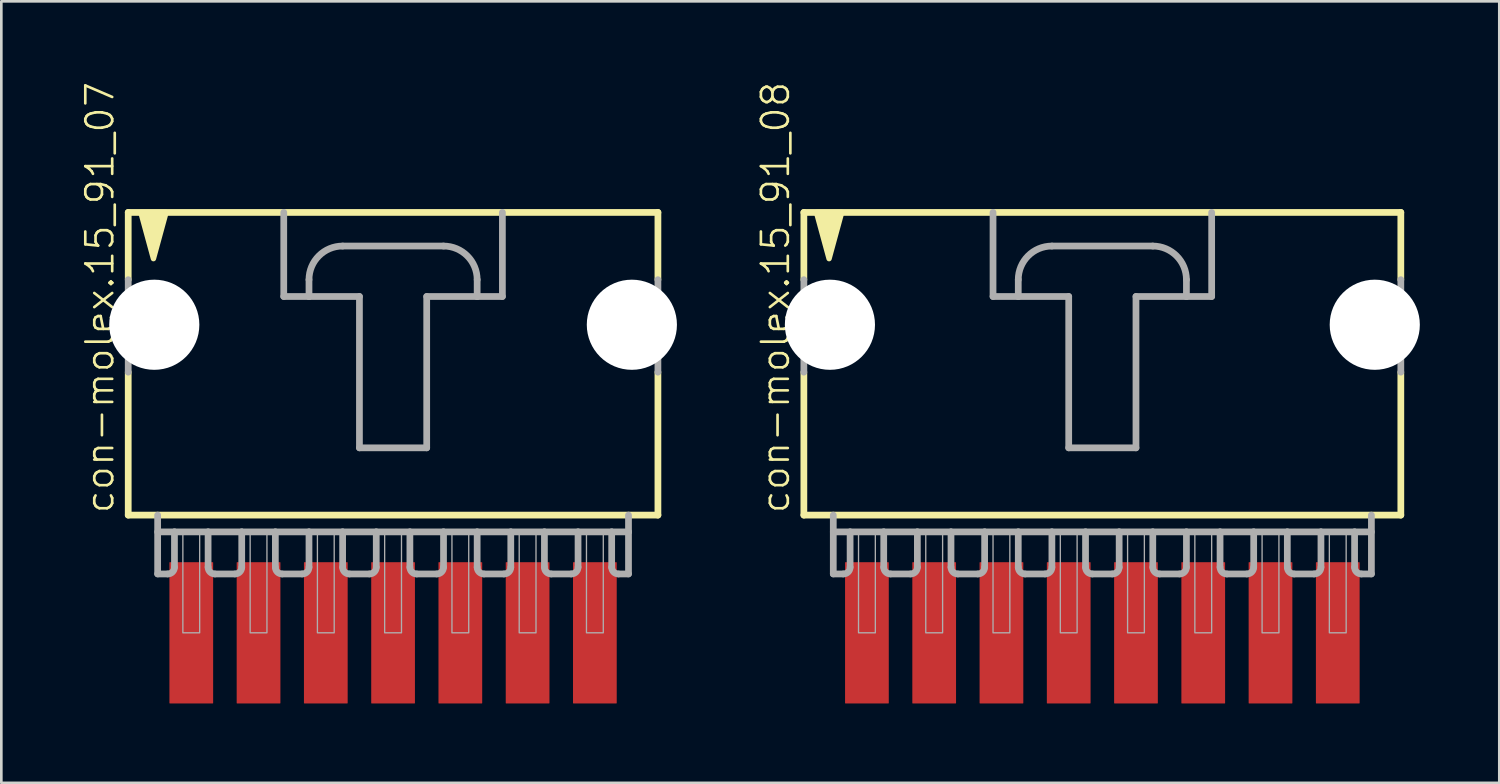
<source format=kicad_pcb>
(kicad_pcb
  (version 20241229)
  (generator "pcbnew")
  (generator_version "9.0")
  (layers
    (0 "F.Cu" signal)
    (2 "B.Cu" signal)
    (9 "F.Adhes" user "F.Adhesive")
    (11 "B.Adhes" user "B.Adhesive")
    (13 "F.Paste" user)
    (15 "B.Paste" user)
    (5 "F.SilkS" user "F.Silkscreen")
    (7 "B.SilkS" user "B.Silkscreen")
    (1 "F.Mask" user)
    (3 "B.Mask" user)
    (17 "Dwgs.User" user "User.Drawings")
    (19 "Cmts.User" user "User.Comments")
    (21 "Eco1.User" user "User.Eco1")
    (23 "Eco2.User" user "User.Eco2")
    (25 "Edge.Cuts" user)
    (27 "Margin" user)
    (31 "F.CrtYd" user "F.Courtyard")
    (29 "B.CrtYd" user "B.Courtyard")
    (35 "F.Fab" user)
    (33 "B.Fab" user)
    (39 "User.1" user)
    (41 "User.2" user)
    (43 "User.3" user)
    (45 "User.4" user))
  (footprint "con-molex.15_91_07"
    (layer "F.Cu")
    (at 11.793 10.051)
    (property "Reference" "con-molex.15_91_07" (at -10.477 6.35 90) (layer "F.SilkS") (effects (font (size 1.016 1.016) (thickness 0.1)) (justify left bottom)))
    (attr smd)
    (fp_line (start -10.001 -5.08) (end -10.001 -2.54) (stroke (width 0.254) (type default)) (layer "F.SilkS"))
    (fp_line (start -10.001 0.953) (end -10.001 6.35) (stroke (width 0.254) (type default)) (layer "F.SilkS"))
    (fp_line (start -10.001 6.35) (end 10.001 6.35) (stroke (width 0.254) (type default)) (layer "F.SilkS"))
    (fp_line (start 10.001 -5.08) (end -10.001 -5.08) (stroke (width 0.254) (type default)) (layer "F.SilkS"))
    (fp_line (start 10.001 -2.54) (end 10.001 -5.08) (stroke (width 0.254) (type default)) (layer "F.SilkS"))
    (fp_line (start 10.001 6.35) (end 10.001 0.953) (stroke (width 0.254) (type default)) (layer "F.SilkS"))
    (fp_poly (pts (xy -9.525 -5.08) (xy -9.049 -3.334) (xy -8.572 -5.08)) (stroke (width 0.203) (type default)) (fill yes) (layer "F.SilkS"))
    (fp_line (start -10.001 -2.54) (end -10.001 0.953) (stroke (width 0.254) (type default)) (layer "F.Fab"))
    (fp_line (start -8.89 6.35) (end -8.89 8.572) (stroke (width 0.254) (type default)) (layer "F.Fab"))
    (fp_line (start -8.89 6.985) (end -8.255 6.985) (stroke (width 0.254) (type default)) (layer "F.Fab"))
    (fp_line (start -8.509 8.572) (end -8.89 8.572) (stroke (width 0.254) (type default)) (layer "F.Fab"))
    (fp_line (start -8.255 6.985) (end -8.255 8.319) (stroke (width 0.254) (type default)) (layer "F.Fab"))
    (fp_line (start -8.255 6.985) (end -6.985 6.985) (stroke (width 0.254) (type default)) (layer "F.Fab"))
    (fp_line (start -6.985 6.985) (end -6.985 8.319) (stroke (width 0.254) (type default)) (layer "F.Fab"))
    (fp_line (start -6.985 6.985) (end -5.715 6.985) (stroke (width 0.254) (type default)) (layer "F.Fab"))
    (fp_line (start -5.969 8.572) (end -6.731 8.572) (stroke (width 0.254) (type default)) (layer "F.Fab"))
    (fp_line (start -5.715 6.985) (end -5.715 8.319) (stroke (width 0.254) (type default)) (layer "F.Fab"))
    (fp_line (start -5.715 6.985) (end -4.445 6.985) (stroke (width 0.254) (type default)) (layer "F.Fab"))
    (fp_line (start -4.445 6.985) (end -4.445 8.319) (stroke (width 0.254) (type default)) (layer "F.Fab"))
    (fp_line (start -4.445 6.985) (end -3.175 6.985) (stroke (width 0.254) (type default)) (layer "F.Fab"))
    (fp_line (start -4.128 -5.08) (end -4.128 -1.905) (stroke (width 0.254) (type default)) (layer "F.Fab"))
    (fp_line (start -4.128 -1.905) (end -3.175 -1.905) (stroke (width 0.254) (type default)) (layer "F.Fab"))
    (fp_line (start -3.429 8.572) (end -4.191 8.572) (stroke (width 0.254) (type default)) (layer "F.Fab"))
    (fp_line (start -3.175 -1.905) (end -3.175 -2.54) (stroke (width 0.254) (type default)) (layer "F.Fab"))
    (fp_line (start -3.175 -1.905) (end -1.27 -1.905) (stroke (width 0.254) (type default)) (layer "F.Fab"))
    (fp_line (start -3.175 6.985) (end -3.175 8.319) (stroke (width 0.254) (type default)) (layer "F.Fab"))
    (fp_line (start -3.175 6.985) (end -1.905 6.985) (stroke (width 0.254) (type default)) (layer "F.Fab"))
    (fp_line (start -1.905 -3.81) (end 1.905 -3.81) (stroke (width 0.254) (type default)) (layer "F.Fab"))
    (fp_line (start -1.905 6.985) (end -1.905 8.319) (stroke (width 0.254) (type default)) (layer "F.Fab"))
    (fp_line (start -1.905 6.985) (end -0.635 6.985) (stroke (width 0.254) (type default)) (layer "F.Fab"))
    (fp_line (start -1.27 -1.905) (end -1.27 3.81) (stroke (width 0.254) (type default)) (layer "F.Fab"))
    (fp_line (start -1.27 3.81) (end 1.27 3.81) (stroke (width 0.254) (type default)) (layer "F.Fab"))
    (fp_line (start -0.889 8.572) (end -1.651 8.572) (stroke (width 0.254) (type default)) (layer "F.Fab"))
    (fp_line (start -0.635 6.985) (end -0.635 8.319) (stroke (width 0.254) (type default)) (layer "F.Fab"))
    (fp_line (start -0.635 6.985) (end 0.635 6.985) (stroke (width 0.254) (type default)) (layer "F.Fab"))
    (fp_line (start 0.635 6.985) (end 0.635 8.319) (stroke (width 0.254) (type default)) (layer "F.Fab"))
    (fp_line (start 0.635 6.985) (end 1.905 6.985) (stroke (width 0.254) (type default)) (layer "F.Fab"))
    (fp_line (start 1.27 -1.905) (end 3.175 -1.905) (stroke (width 0.254) (type default)) (layer "F.Fab"))
    (fp_line (start 1.27 3.81) (end 1.27 -1.905) (stroke (width 0.254) (type default)) (layer "F.Fab"))
    (fp_line (start 1.651 8.572) (end 0.889 8.572) (stroke (width 0.254) (type default)) (layer "F.Fab"))
    (fp_line (start 1.905 6.985) (end 1.905 8.319) (stroke (width 0.254) (type default)) (layer "F.Fab"))
    (fp_line (start 1.905 6.985) (end 3.175 6.985) (stroke (width 0.254) (type default)) (layer "F.Fab"))
    (fp_line (start 3.175 -2.54) (end 3.175 -1.905) (stroke (width 0.254) (type default)) (layer "F.Fab"))
    (fp_line (start 3.175 -1.905) (end 4.128 -1.905) (stroke (width 0.254) (type default)) (layer "F.Fab"))
    (fp_line (start 3.175 6.985) (end 3.175 8.319) (stroke (width 0.254) (type default)) (layer "F.Fab"))
    (fp_line (start 3.175 6.985) (end 4.445 6.985) (stroke (width 0.254) (type default)) (layer "F.Fab"))
    (fp_line (start 4.128 -1.905) (end 4.128 -5.08) (stroke (width 0.254) (type default)) (layer "F.Fab"))
    (fp_line (start 4.191 8.572) (end 3.429 8.572) (stroke (width 0.254) (type default)) (layer "F.Fab"))
    (fp_line (start 4.445 6.985) (end 4.445 8.319) (stroke (width 0.254) (type default)) (layer "F.Fab"))
    (fp_line (start 4.445 6.985) (end 5.715 6.985) (stroke (width 0.254) (type default)) (layer "F.Fab"))
    (fp_line (start 5.715 6.985) (end 5.715 8.319) (stroke (width 0.254) (type default)) (layer "F.Fab"))
    (fp_line (start 5.715 6.985) (end 6.985 6.985) (stroke (width 0.254) (type default)) (layer "F.Fab"))
    (fp_line (start 6.731 8.572) (end 5.969 8.572) (stroke (width 0.254) (type default)) (layer "F.Fab"))
    (fp_line (start 6.985 6.985) (end 6.985 8.319) (stroke (width 0.254) (type default)) (layer "F.Fab"))
    (fp_line (start 6.985 6.985) (end 8.255 6.985) (stroke (width 0.254) (type default)) (layer "F.Fab"))
    (fp_line (start 8.255 6.985) (end 8.255 8.319) (stroke (width 0.254) (type default)) (layer "F.Fab"))
    (fp_line (start 8.255 6.985) (end 8.89 6.985) (stroke (width 0.254) (type default)) (layer "F.Fab"))
    (fp_line (start 8.509 8.572) (end 8.89 8.572) (stroke (width 0.254) (type default)) (layer "F.Fab"))
    (fp_line (start 8.89 6.985) (end 8.89 6.35) (stroke (width 0.254) (type default)) (layer "F.Fab"))
    (fp_line (start 8.89 8.572) (end 8.89 6.985) (stroke (width 0.254) (type default)) (layer "F.Fab"))
    (fp_line (start 10.001 -2.54) (end 10.001 0.953) (stroke (width 0.254) (type default)) (layer "F.Fab"))
    (fp_rect (start -7.938 10.795) (end -7.303 6.985) (stroke (width 0.05) (type default)) (fill no) (layer "F.Fab"))
    (fp_rect (start -5.397 10.795) (end -4.763 6.985) (stroke (width 0.05) (type default)) (fill no) (layer "F.Fab"))
    (fp_rect (start -2.857 10.795) (end -2.223 6.985) (stroke (width 0.05) (type default)) (fill no) (layer "F.Fab"))
    (fp_rect (start -0.318 10.795) (end 0.318 6.985) (stroke (width 0.05) (type default)) (fill no) (layer "F.Fab"))
    (fp_rect (start 2.223 10.795) (end 2.857 6.985) (stroke (width 0.05) (type default)) (fill no) (layer "F.Fab"))
    (fp_rect (start 4.763 10.795) (end 5.397 6.985) (stroke (width 0.05) (type default)) (fill no) (layer "F.Fab"))
    (fp_rect (start 7.303 10.795) (end 7.938 6.985) (stroke (width 0.05) (type default)) (fill no) (layer "F.Fab"))
    (fp_arc (start -8.255 8.3185) (mid -8.329395 8.498105) (end -8.509 8.5725) (stroke (width 0.254) (type default)) (layer "F.Fab"))
    (fp_arc (start -6.731 8.5725) (mid -6.910605 8.498105) (end -6.985 8.3185) (stroke (width 0.254) (type default)) (layer "F.Fab"))
    (fp_arc (start -5.715 8.3185) (mid -5.789395 8.498105) (end -5.969 8.5725) (stroke (width 0.254) (type default)) (layer "F.Fab"))
    (fp_arc (start -4.191 8.5725) (mid -4.370605 8.498105) (end -4.445 8.3185) (stroke (width 0.254) (type default)) (layer "F.Fab"))
    (fp_arc (start -3.175 -2.54) (mid -2.803026 -3.438026) (end -1.905 -3.81) (stroke (width 0.254) (type default)) (layer "F.Fab"))
    (fp_arc (start -3.175 8.3185) (mid -3.249395 8.498105) (end -3.429 8.5725) (stroke (width 0.254) (type default)) (layer "F.Fab"))
    (fp_arc (start -1.651 8.5725) (mid -1.830605 8.498105) (end -1.905 8.3185) (stroke (width 0.254) (type default)) (layer "F.Fab"))
    (fp_arc (start -0.635 8.3185) (mid -0.709395 8.498105) (end -0.889 8.5725) (stroke (width 0.254) (type default)) (layer "F.Fab"))
    (fp_arc (start 0.889 8.5725) (mid 0.709336 8.498164) (end 0.635 8.3185) (stroke (width 0.254) (type default)) (layer "F.Fab"))
    (fp_arc (start 1.905 -3.81) (mid 2.803026 -3.438026) (end 3.175 -2.54) (stroke (width 0.254) (type default)) (layer "F.Fab"))
    (fp_arc (start 1.905 8.3185) (mid 1.830605 8.498105) (end 1.651 8.5725) (stroke (width 0.254) (type default)) (layer "F.Fab"))
    (fp_arc (start 3.429 8.5725) (mid 3.249395 8.498105) (end 3.175 8.3185) (stroke (width 0.254) (type default)) (layer "F.Fab"))
    (fp_arc (start 4.445 8.3185) (mid 4.370605 8.498105) (end 4.191 8.5725) (stroke (width 0.254) (type default)) (layer "F.Fab"))
    (fp_arc (start 5.969 8.5725) (mid 5.789395 8.498105) (end 5.715 8.3185) (stroke (width 0.254) (type default)) (layer "F.Fab"))
    (fp_arc (start 6.985 8.3185) (mid 6.910605 8.498105) (end 6.731 8.5725) (stroke (width 0.254) (type default)) (layer "F.Fab"))
    (fp_arc (start 8.509 8.5725) (mid 8.329395 8.498105) (end 8.255 8.3185) (stroke (width 0.254) (type default)) (layer "F.Fab"))
    (pad "" np_thru_hole circle (at -9.017 -0.838) (size 3.404 3.404) (drill 3.404) (layers "*.Cu" "*.Mask"))
    (pad "" np_thru_hole circle (at 9.017 -0.838) (size 3.404 3.404) (drill 3.404) (layers "*.Cu" "*.Mask"))
    (pad "1" smd roundrect (at -7.62 10.795 90) (size 5.334 1.651) (layers "F.Cu" "F.Mask" "F.Paste") (roundrect_rratio 0.01))
    (pad "2" smd roundrect (at -5.08 10.795 90) (size 5.334 1.651) (layers "F.Cu" "F.Mask" "F.Paste") (roundrect_rratio 0.01))
    (pad "3" smd roundrect (at -2.54 10.795 90) (size 5.334 1.651) (layers "F.Cu" "F.Mask" "F.Paste") (roundrect_rratio 0.01))
    (pad "4" smd roundrect (at 0 10.795 90) (size 5.334 1.651) (layers "F.Cu" "F.Mask" "F.Paste") (roundrect_rratio 0.01))
    (pad "5" smd roundrect (at 2.54 10.795 90) (size 5.334 1.651) (layers "F.Cu" "F.Mask" "F.Paste") (roundrect_rratio 0.01))
    (pad "6" smd roundrect (at 5.08 10.795 90) (size 5.334 1.651) (layers "F.Cu" "F.Mask" "F.Paste") (roundrect_rratio 0.01))
    (pad "7" smd roundrect (at 7.62 10.795 90) (size 5.334 1.651) (layers "F.Cu" "F.Mask" "F.Paste") (roundrect_rratio 0.01)))
  (footprint "con-molex.15_91_08"
    (layer "F.Cu")
    (at 38.576 10.051)
    (property "Reference" "con-molex.15_91_08" (at -11.748 6.35 90) (layer "F.SilkS") (effects (font (size 1.016 1.016) (thickness 0.1)) (justify left bottom)))
    (attr smd)
    (fp_line (start -11.271 -5.08) (end -11.271 -2.54) (stroke (width 0.254) (type default)) (layer "F.SilkS"))
    (fp_line (start -11.271 0.953) (end -11.271 6.35) (stroke (width 0.254) (type default)) (layer "F.SilkS"))
    (fp_line (start -11.271 6.35) (end 11.271 6.35) (stroke (width 0.254) (type default)) (layer "F.SilkS"))
    (fp_line (start 11.271 -5.08) (end -11.271 -5.08) (stroke (width 0.254) (type default)) (layer "F.SilkS"))
    (fp_line (start 11.271 -2.54) (end 11.271 -5.08) (stroke (width 0.254) (type default)) (layer "F.SilkS"))
    (fp_line (start 11.271 6.35) (end 11.271 0.953) (stroke (width 0.254) (type default)) (layer "F.SilkS"))
    (fp_poly (pts (xy -10.795 -5.08) (xy -10.319 -3.334) (xy -9.842 -5.08)) (stroke (width 0.203) (type default)) (fill yes) (layer "F.SilkS"))
    (fp_line (start -11.271 -2.54) (end -11.271 0.953) (stroke (width 0.254) (type default)) (layer "F.Fab"))
    (fp_line (start -10.16 6.35) (end -10.16 8.572) (stroke (width 0.254) (type default)) (layer "F.Fab"))
    (fp_line (start -10.16 6.985) (end -9.525 6.985) (stroke (width 0.254) (type default)) (layer "F.Fab"))
    (fp_line (start -9.779 8.572) (end -10.16 8.572) (stroke (width 0.254) (type default)) (layer "F.Fab"))
    (fp_line (start -9.525 6.985) (end -9.525 8.319) (stroke (width 0.254) (type default)) (layer "F.Fab"))
    (fp_line (start -9.525 6.985) (end -8.255 6.985) (stroke (width 0.254) (type default)) (layer "F.Fab"))
    (fp_line (start -8.255 6.985) (end -8.255 8.319) (stroke (width 0.254) (type default)) (layer "F.Fab"))
    (fp_line (start -8.255 6.985) (end -6.985 6.985) (stroke (width 0.254) (type default)) (layer "F.Fab"))
    (fp_line (start -7.239 8.572) (end -8.001 8.572) (stroke (width 0.254) (type default)) (layer "F.Fab"))
    (fp_line (start -6.985 6.985) (end -6.985 8.319) (stroke (width 0.254) (type default)) (layer "F.Fab"))
    (fp_line (start -6.985 6.985) (end -5.715 6.985) (stroke (width 0.254) (type default)) (layer "F.Fab"))
    (fp_line (start -5.715 6.985) (end -5.715 8.319) (stroke (width 0.254) (type default)) (layer "F.Fab"))
    (fp_line (start -5.715 6.985) (end -4.445 6.985) (stroke (width 0.254) (type default)) (layer "F.Fab"))
    (fp_line (start -4.699 8.572) (end -5.461 8.572) (stroke (width 0.254) (type default)) (layer "F.Fab"))
    (fp_line (start -4.445 6.985) (end -4.445 8.319) (stroke (width 0.254) (type default)) (layer "F.Fab"))
    (fp_line (start -4.445 6.985) (end -3.175 6.985) (stroke (width 0.254) (type default)) (layer "F.Fab"))
    (fp_line (start -4.128 -5.08) (end -4.128 -1.905) (stroke (width 0.254) (type default)) (layer "F.Fab"))
    (fp_line (start -4.128 -1.905) (end -3.175 -1.905) (stroke (width 0.254) (type default)) (layer "F.Fab"))
    (fp_line (start -3.175 -1.905) (end -3.175 -2.54) (stroke (width 0.254) (type default)) (layer "F.Fab"))
    (fp_line (start -3.175 -1.905) (end -1.27 -1.905) (stroke (width 0.254) (type default)) (layer "F.Fab"))
    (fp_line (start -3.175 6.985) (end -3.175 8.319) (stroke (width 0.254) (type default)) (layer "F.Fab"))
    (fp_line (start -3.175 6.985) (end -1.905 6.985) (stroke (width 0.254) (type default)) (layer "F.Fab"))
    (fp_line (start -2.159 8.572) (end -2.921 8.572) (stroke (width 0.254) (type default)) (layer "F.Fab"))
    (fp_line (start -1.905 -3.81) (end 1.905 -3.81) (stroke (width 0.254) (type default)) (layer "F.Fab"))
    (fp_line (start -1.905 6.985) (end -1.905 8.319) (stroke (width 0.254) (type default)) (layer "F.Fab"))
    (fp_line (start -1.905 6.985) (end -0.635 6.985) (stroke (width 0.254) (type default)) (layer "F.Fab"))
    (fp_line (start -1.27 -1.905) (end -1.27 3.81) (stroke (width 0.254) (type default)) (layer "F.Fab"))
    (fp_line (start -1.27 3.81) (end 1.27 3.81) (stroke (width 0.254) (type default)) (layer "F.Fab"))
    (fp_line (start -0.635 6.985) (end -0.635 8.319) (stroke (width 0.254) (type default)) (layer "F.Fab"))
    (fp_line (start -0.635 6.985) (end 0.635 6.985) (stroke (width 0.254) (type default)) (layer "F.Fab"))
    (fp_line (start 0.381 8.572) (end -0.381 8.572) (stroke (width 0.254) (type default)) (layer "F.Fab"))
    (fp_line (start 0.635 6.985) (end 0.635 8.319) (stroke (width 0.254) (type default)) (layer "F.Fab"))
    (fp_line (start 0.635 6.985) (end 1.905 6.985) (stroke (width 0.254) (type default)) (layer "F.Fab"))
    (fp_line (start 1.27 -1.905) (end 3.175 -1.905) (stroke (width 0.254) (type default)) (layer "F.Fab"))
    (fp_line (start 1.27 3.81) (end 1.27 -1.905) (stroke (width 0.254) (type default)) (layer "F.Fab"))
    (fp_line (start 1.905 6.985) (end 1.905 8.319) (stroke (width 0.254) (type default)) (layer "F.Fab"))
    (fp_line (start 1.905 6.985) (end 3.175 6.985) (stroke (width 0.254) (type default)) (layer "F.Fab"))
    (fp_line (start 2.921 8.572) (end 2.159 8.572) (stroke (width 0.254) (type default)) (layer "F.Fab"))
    (fp_line (start 3.175 -2.54) (end 3.175 -1.905) (stroke (width 0.254) (type default)) (layer "F.Fab"))
    (fp_line (start 3.175 -1.905) (end 4.128 -1.905) (stroke (width 0.254) (type default)) (layer "F.Fab"))
    (fp_line (start 3.175 6.985) (end 3.175 8.319) (stroke (width 0.254) (type default)) (layer "F.Fab"))
    (fp_line (start 3.175 6.985) (end 4.445 6.985) (stroke (width 0.254) (type default)) (layer "F.Fab"))
    (fp_line (start 4.128 -1.905) (end 4.128 -5.08) (stroke (width 0.254) (type default)) (layer "F.Fab"))
    (fp_line (start 4.445 6.985) (end 4.445 8.319) (stroke (width 0.254) (type default)) (layer "F.Fab"))
    (fp_line (start 4.445 6.985) (end 5.715 6.985) (stroke (width 0.254) (type default)) (layer "F.Fab"))
    (fp_line (start 5.461 8.572) (end 4.699 8.572) (stroke (width 0.254) (type default)) (layer "F.Fab"))
    (fp_line (start 5.715 6.985) (end 5.715 8.319) (stroke (width 0.254) (type default)) (layer "F.Fab"))
    (fp_line (start 5.715 6.985) (end 6.985 6.985) (stroke (width 0.254) (type default)) (layer "F.Fab"))
    (fp_line (start 6.985 6.985) (end 6.985 8.319) (stroke (width 0.254) (type default)) (layer "F.Fab"))
    (fp_line (start 6.985 6.985) (end 8.255 6.985) (stroke (width 0.254) (type default)) (layer "F.Fab"))
    (fp_line (start 8.001 8.572) (end 7.239 8.572) (stroke (width 0.254) (type default)) (layer "F.Fab"))
    (fp_line (start 8.255 6.985) (end 8.255 8.319) (stroke (width 0.254) (type default)) (layer "F.Fab"))
    (fp_line (start 8.255 6.985) (end 9.525 6.985) (stroke (width 0.254) (type default)) (layer "F.Fab"))
    (fp_line (start 9.525 6.985) (end 9.525 8.319) (stroke (width 0.254) (type default)) (layer "F.Fab"))
    (fp_line (start 9.525 6.985) (end 10.16 6.985) (stroke (width 0.254) (type default)) (layer "F.Fab"))
    (fp_line (start 9.779 8.572) (end 10.16 8.572) (stroke (width 0.254) (type default)) (layer "F.Fab"))
    (fp_line (start 10.16 8.572) (end 10.16 6.35) (stroke (width 0.254) (type default)) (layer "F.Fab"))
    (fp_line (start 11.271 -2.54) (end 11.271 0.953) (stroke (width 0.254) (type default)) (layer "F.Fab"))
    (fp_rect (start -9.207 10.795) (end -8.572 6.985) (stroke (width 0.05) (type default)) (fill no) (layer "F.Fab"))
    (fp_rect (start -6.668 10.795) (end -6.032 6.985) (stroke (width 0.05) (type default)) (fill no) (layer "F.Fab"))
    (fp_rect (start -4.128 10.795) (end -3.493 6.985) (stroke (width 0.05) (type default)) (fill no) (layer "F.Fab"))
    (fp_rect (start -1.587 10.795) (end -0.953 6.985) (stroke (width 0.05) (type default)) (fill no) (layer "F.Fab"))
    (fp_rect (start 0.953 10.795) (end 1.587 6.985) (stroke (width 0.05) (type default)) (fill no) (layer "F.Fab"))
    (fp_rect (start 3.493 10.795) (end 4.128 6.985) (stroke (width 0.05) (type default)) (fill no) (layer "F.Fab"))
    (fp_rect (start 6.032 10.795) (end 6.668 6.985) (stroke (width 0.05) (type default)) (fill no) (layer "F.Fab"))
    (fp_rect (start 8.572 10.795) (end 9.207 6.985) (stroke (width 0.05) (type default)) (fill no) (layer "F.Fab"))
    (fp_arc (start -9.525 8.3185) (mid -9.599395 8.498105) (end -9.779 8.5725) (stroke (width 0.254) (type default)) (layer "F.Fab"))
    (fp_arc (start -8.001 8.5725) (mid -8.180605 8.498105) (end -8.255 8.3185) (stroke (width 0.254) (type default)) (layer "F.Fab"))
    (fp_arc (start -6.985 8.3185) (mid -7.059395 8.498105) (end -7.239 8.5725) (stroke (width 0.254) (type default)) (layer "F.Fab"))
    (fp_arc (start -5.461 8.5725) (mid -5.640605 8.498105) (end -5.715 8.3185) (stroke (width 0.254) (type default)) (layer "F.Fab"))
    (fp_arc (start -4.445 8.3185) (mid -4.519395 8.498105) (end -4.699 8.5725) (stroke (width 0.254) (type default)) (layer "F.Fab"))
    (fp_arc (start -3.175 -2.54) (mid -2.803026 -3.438026) (end -1.905 -3.81) (stroke (width 0.254) (type default)) (layer "F.Fab"))
    (fp_arc (start -2.921 8.5725) (mid -3.100605 8.498105) (end -3.175 8.3185) (stroke (width 0.254) (type default)) (layer "F.Fab"))
    (fp_arc (start -1.905 8.3185) (mid -1.979395 8.498105) (end -2.159 8.5725) (stroke (width 0.254) (type default)) (layer "F.Fab"))
    (fp_arc (start -0.381 8.5725) (mid -0.560605 8.498105) (end -0.635 8.3185) (stroke (width 0.254) (type default)) (layer "F.Fab"))
    (fp_arc (start 0.635 8.3185) (mid 0.560605 8.498105) (end 0.381 8.5725) (stroke (width 0.254) (type default)) (layer "F.Fab"))
    (fp_arc (start 1.905 -3.81) (mid 2.803026 -3.438026) (end 3.175 -2.54) (stroke (width 0.254) (type default)) (layer "F.Fab"))
    (fp_arc (start 2.159 8.5725) (mid 1.979395 8.498105) (end 1.905 8.3185) (stroke (width 0.254) (type default)) (layer "F.Fab"))
    (fp_arc (start 3.175 8.3185) (mid 3.100605 8.498105) (end 2.921 8.5725) (stroke (width 0.254) (type default)) (layer "F.Fab"))
    (fp_arc (start 4.699 8.5725) (mid 4.519395 8.498105) (end 4.445 8.3185) (stroke (width 0.254) (type default)) (layer "F.Fab"))
    (fp_arc (start 5.715 8.3185) (mid 5.640605 8.498105) (end 5.461 8.5725) (stroke (width 0.254) (type default)) (layer "F.Fab"))
    (fp_arc (start 7.239 8.5725) (mid 7.059395 8.498105) (end 6.985 8.3185) (stroke (width 0.254) (type default)) (layer "F.Fab"))
    (fp_arc (start 8.255 8.3185) (mid 8.180605 8.498105) (end 8.001 8.5725) (stroke (width 0.254) (type default)) (layer "F.Fab"))
    (fp_arc (start 9.779 8.5725) (mid 9.599395 8.498105) (end 9.525 8.3185) (stroke (width 0.254) (type default)) (layer "F.Fab"))
    (pad "" np_thru_hole circle (at -10.287 -0.838) (size 3.404 3.404) (drill 3.404) (layers "*.Cu" "*.Mask"))
    (pad "" np_thru_hole circle (at 10.287 -0.838) (size 3.404 3.404) (drill 3.404) (layers "*.Cu" "*.Mask"))
    (pad "1" smd roundrect (at -8.89 10.795 90) (size 5.334 1.651) (layers "F.Cu" "F.Mask" "F.Paste") (roundrect_rratio 0.01))
    (pad "2" smd roundrect (at -6.35 10.795 90) (size 5.334 1.651) (layers "F.Cu" "F.Mask" "F.Paste") (roundrect_rratio 0.01))
    (pad "3" smd roundrect (at -3.81 10.795 90) (size 5.334 1.651) (layers "F.Cu" "F.Mask" "F.Paste") (roundrect_rratio 0.01))
    (pad "4" smd roundrect (at -1.27 10.795 90) (size 5.334 1.651) (layers "F.Cu" "F.Mask" "F.Paste") (roundrect_rratio 0.01))
    (pad "5" smd roundrect (at 1.27 10.795 90) (size 5.334 1.651) (layers "F.Cu" "F.Mask" "F.Paste") (roundrect_rratio 0.01))
    (pad "6" smd roundrect (at 3.81 10.795 90) (size 5.334 1.651) (layers "F.Cu" "F.Mask" "F.Paste") (roundrect_rratio 0.01))
    (pad "7" smd roundrect (at 6.35 10.795 90) (size 5.334 1.651) (layers "F.Cu" "F.Mask" "F.Paste") (roundrect_rratio 0.01))
    (pad "8" smd roundrect (at 8.89 10.795 90) (size 5.334 1.651) (layers "F.Cu" "F.Mask" "F.Paste") (roundrect_rratio 0.01)))
  (gr_rect
    (start -3 -3)
    (end 53.565 26.513)
    (stroke (width 0.1) (type default))
    (fill no)
    (layer "Edge.Cuts")))
</source>
